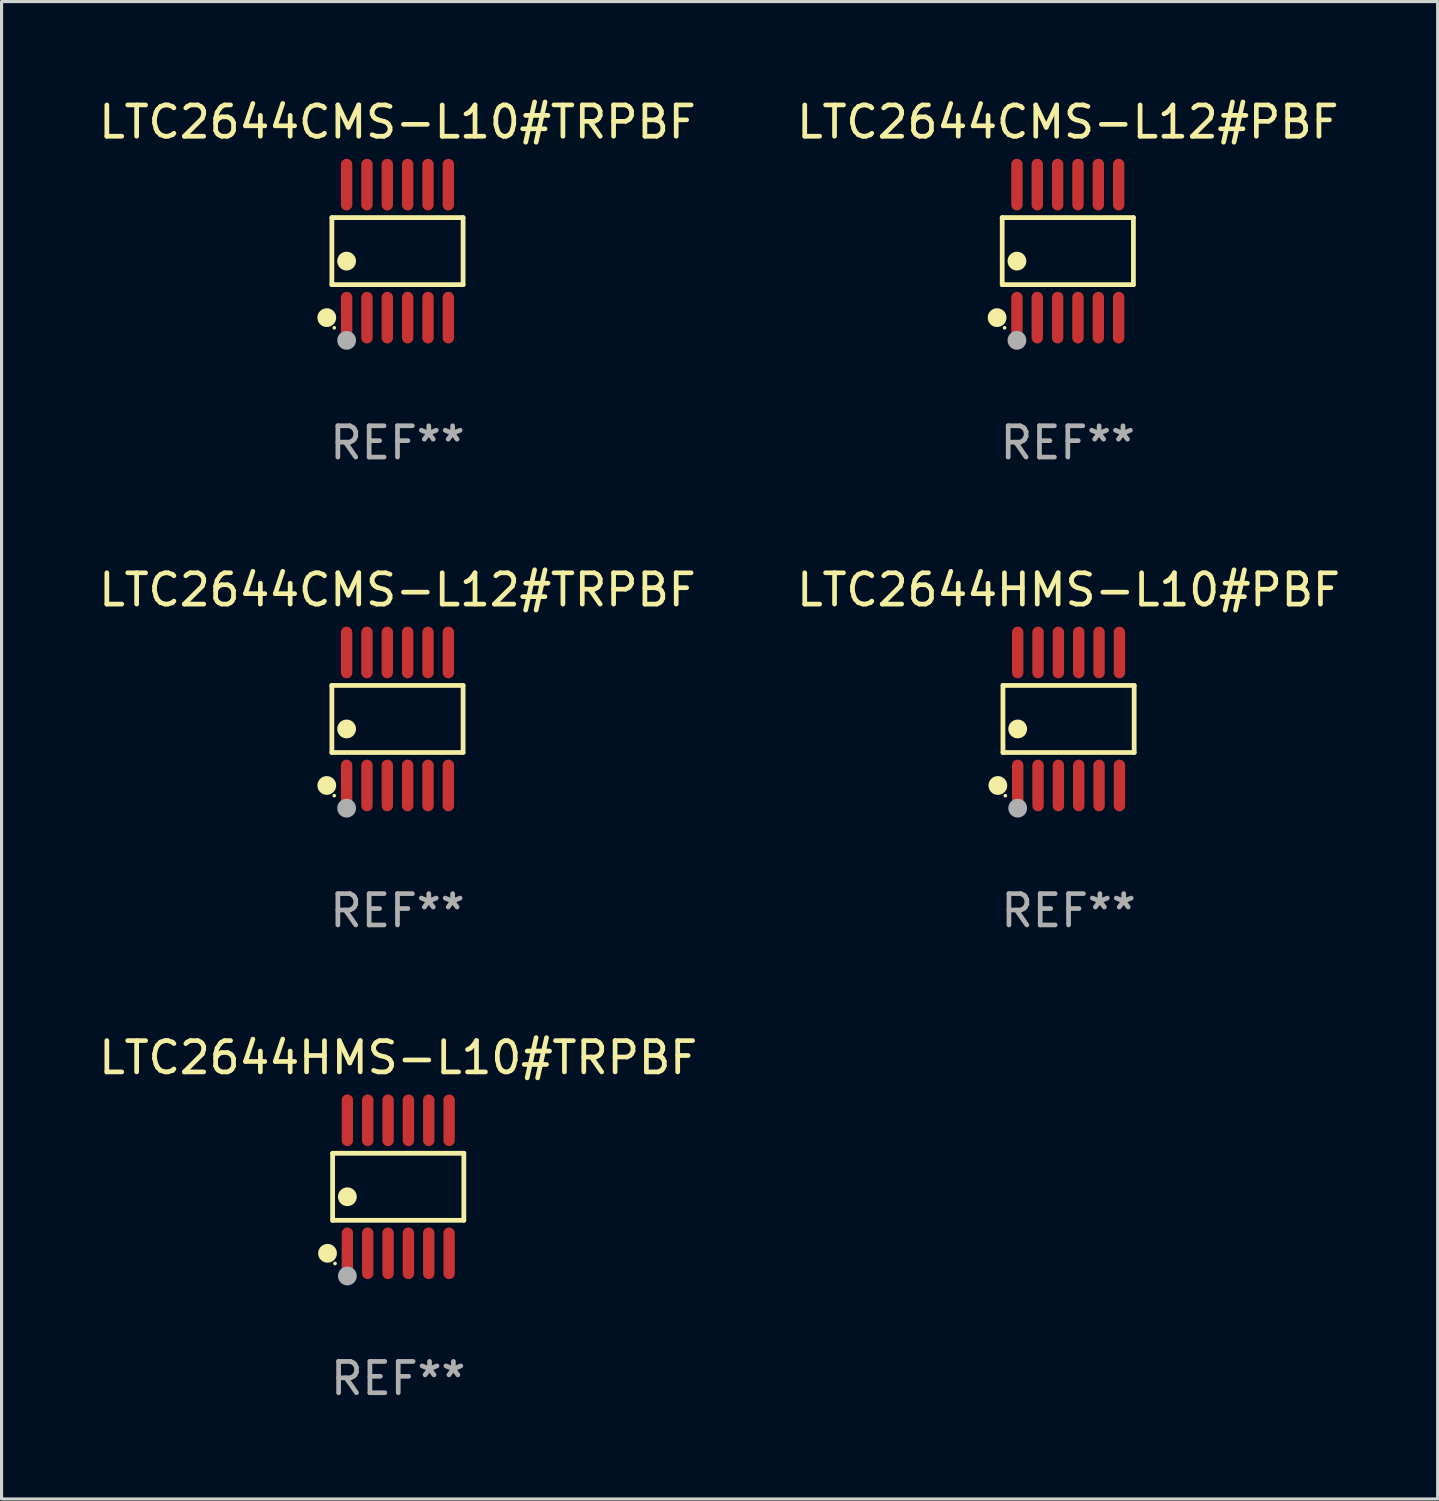
<source format=kicad_pcb>
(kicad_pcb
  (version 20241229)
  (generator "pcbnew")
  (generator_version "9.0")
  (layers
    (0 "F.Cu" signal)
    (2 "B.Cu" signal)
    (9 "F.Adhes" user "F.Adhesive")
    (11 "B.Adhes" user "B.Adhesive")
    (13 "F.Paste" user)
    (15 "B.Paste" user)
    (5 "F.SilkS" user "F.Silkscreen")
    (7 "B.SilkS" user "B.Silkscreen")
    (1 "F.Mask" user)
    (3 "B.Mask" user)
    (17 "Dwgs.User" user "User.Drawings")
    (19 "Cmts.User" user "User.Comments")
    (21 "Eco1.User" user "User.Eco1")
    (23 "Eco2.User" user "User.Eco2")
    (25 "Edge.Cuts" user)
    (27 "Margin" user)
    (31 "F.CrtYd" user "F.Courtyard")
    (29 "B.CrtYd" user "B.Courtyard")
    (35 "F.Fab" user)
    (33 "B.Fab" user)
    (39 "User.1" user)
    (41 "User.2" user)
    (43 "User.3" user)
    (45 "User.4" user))
  (footprint "LTC2644CMS-L12#PBF"
    (layer "F.Cu")
    (at 31.065 4.973)
    (property "Reference" "LTC2644CMS-L12#PBF" (at 0 -4.125 0) (layer "F.SilkS") (effects (font (size 1 1) (thickness 0.15))))
    (attr through_hole)
    (fp_line (start -2.096 -1.071) (end 2.096 -1.071) (stroke (width 0.152) (type solid)) (layer "F.SilkS"))
    (fp_line (start -2.096 1.071) (end -2.096 -1.071) (stroke (width 0.152) (type solid)) (layer "F.SilkS"))
    (fp_line (start 2.096 -1.071) (end 2.096 1.071) (stroke (width 0.152) (type solid)) (layer "F.SilkS"))
    (fp_line (start 2.096 1.071) (end -2.096 1.071) (stroke (width 0.152) (type solid)) (layer "F.SilkS"))
    (fp_circle (center -2.259 2.125) (end -2.109 2.125) (stroke (width 0.3) (type solid)) (fill no) (layer "F.SilkS"))
    (fp_circle (center -2.02 2.45) (end -1.99 2.45) (stroke (width 0.06) (type solid)) (fill no) (layer "F.SilkS"))
    (fp_circle (center -1.625 0.319) (end -1.475 0.319) (stroke (width 0.3) (type solid)) (fill no) (layer "F.SilkS"))
    (fp_circle (center -1.625 2.85) (end -1.475 2.85) (stroke (width 0.3) (type solid)) (fill no) (layer "F.Fab"))
    (fp_text user "REF**" (at 0 6.125 0) (layer "F.Fab") (effects (font (size 1 1) (thickness 0.15))))
    (pad "1" smd oval (at -1.625 2.125) (size 0.364 1.65) (layers "F.Cu" "F.Mask" "F.Paste"))
    (pad "2" smd oval (at -0.975 2.125) (size 0.364 1.65) (layers "F.Cu" "F.Mask" "F.Paste"))
    (pad "3" smd oval (at -0.325 2.125) (size 0.364 1.65) (layers "F.Cu" "F.Mask" "F.Paste"))
    (pad "4" smd oval (at 0.325 2.125) (size 0.364 1.65) (layers "F.Cu" "F.Mask" "F.Paste"))
    (pad "5" smd oval (at 0.975 2.125) (size 0.364 1.65) (layers "F.Cu" "F.Mask" "F.Paste"))
    (pad "6" smd oval (at 1.625 2.125) (size 0.364 1.65) (layers "F.Cu" "F.Mask" "F.Paste"))
    (pad "7" smd oval (at 1.625 -2.125) (size 0.364 1.65) (layers "F.Cu" "F.Mask" "F.Paste"))
    (pad "8" smd oval (at 0.975 -2.125) (size 0.364 1.65) (layers "F.Cu" "F.Mask" "F.Paste"))
    (pad "9" smd oval (at 0.325 -2.125) (size 0.364 1.65) (layers "F.Cu" "F.Mask" "F.Paste"))
    (pad "10" smd oval (at -0.325 -2.125) (size 0.364 1.65) (layers "F.Cu" "F.Mask" "F.Paste"))
    (pad "11" smd oval (at -0.975 -2.125) (size 0.364 1.65) (layers "F.Cu" "F.Mask" "F.Paste"))
    (pad "12" smd oval (at -1.625 -2.125) (size 0.364 1.65) (layers "F.Cu" "F.Mask" "F.Paste")))
  (footprint "LTC2644CMS-L12#TRPBF"
    (layer "F.Cu")
    (at 9.649 19.92)
    (property "Reference" "LTC2644CMS-L12#TRPBF" (at 0 -4.125 0) (layer "F.SilkS") (effects (font (size 1 1) (thickness 0.15))))
    (attr through_hole)
    (fp_line (start -2.096 -1.071) (end 2.096 -1.071) (stroke (width 0.152) (type solid)) (layer "F.SilkS"))
    (fp_line (start -2.096 1.071) (end -2.096 -1.071) (stroke (width 0.152) (type solid)) (layer "F.SilkS"))
    (fp_line (start 2.096 -1.071) (end 2.096 1.071) (stroke (width 0.152) (type solid)) (layer "F.SilkS"))
    (fp_line (start 2.096 1.071) (end -2.096 1.071) (stroke (width 0.152) (type solid)) (layer "F.SilkS"))
    (fp_circle (center -2.259 2.125) (end -2.109 2.125) (stroke (width 0.3) (type solid)) (fill no) (layer "F.SilkS"))
    (fp_circle (center -2.02 2.45) (end -1.99 2.45) (stroke (width 0.06) (type solid)) (fill no) (layer "F.SilkS"))
    (fp_circle (center -1.625 0.319) (end -1.475 0.319) (stroke (width 0.3) (type solid)) (fill no) (layer "F.SilkS"))
    (fp_circle (center -1.625 2.85) (end -1.475 2.85) (stroke (width 0.3) (type solid)) (fill no) (layer "F.Fab"))
    (fp_text user "REF**" (at 0 6.125 0) (layer "F.Fab") (effects (font (size 1 1) (thickness 0.15))))
    (pad "1" smd oval (at -1.625 2.125) (size 0.364 1.65) (layers "F.Cu" "F.Mask" "F.Paste"))
    (pad "2" smd oval (at -0.975 2.125) (size 0.364 1.65) (layers "F.Cu" "F.Mask" "F.Paste"))
    (pad "3" smd oval (at -0.325 2.125) (size 0.364 1.65) (layers "F.Cu" "F.Mask" "F.Paste"))
    (pad "4" smd oval (at 0.325 2.125) (size 0.364 1.65) (layers "F.Cu" "F.Mask" "F.Paste"))
    (pad "5" smd oval (at 0.975 2.125) (size 0.364 1.65) (layers "F.Cu" "F.Mask" "F.Paste"))
    (pad "6" smd oval (at 1.625 2.125) (size 0.364 1.65) (layers "F.Cu" "F.Mask" "F.Paste"))
    (pad "7" smd oval (at 1.625 -2.125) (size 0.364 1.65) (layers "F.Cu" "F.Mask" "F.Paste"))
    (pad "8" smd oval (at 0.975 -2.125) (size 0.364 1.65) (layers "F.Cu" "F.Mask" "F.Paste"))
    (pad "9" smd oval (at 0.325 -2.125) (size 0.364 1.65) (layers "F.Cu" "F.Mask" "F.Paste"))
    (pad "10" smd oval (at -0.325 -2.125) (size 0.364 1.65) (layers "F.Cu" "F.Mask" "F.Paste"))
    (pad "11" smd oval (at -0.975 -2.125) (size 0.364 1.65) (layers "F.Cu" "F.Mask" "F.Paste"))
    (pad "12" smd oval (at -1.625 -2.125) (size 0.364 1.65) (layers "F.Cu" "F.Mask" "F.Paste")))
  (footprint "LTC2644HMS-L10#TRPBF"
    (layer "F.Cu")
    (at 9.673 34.866)
    (property "Reference" "LTC2644HMS-L10#TRPBF" (at 0 -4.125 0) (layer "F.SilkS") (effects (font (size 1 1) (thickness 0.15))))
    (attr through_hole)
    (fp_line (start -2.096 -1.071) (end 2.096 -1.071) (stroke (width 0.152) (type solid)) (layer "F.SilkS"))
    (fp_line (start -2.096 1.071) (end -2.096 -1.071) (stroke (width 0.152) (type solid)) (layer "F.SilkS"))
    (fp_line (start 2.096 -1.071) (end 2.096 1.071) (stroke (width 0.152) (type solid)) (layer "F.SilkS"))
    (fp_line (start 2.096 1.071) (end -2.096 1.071) (stroke (width 0.152) (type solid)) (layer "F.SilkS"))
    (fp_circle (center -2.259 2.125) (end -2.109 2.125) (stroke (width 0.3) (type solid)) (fill no) (layer "F.SilkS"))
    (fp_circle (center -2.02 2.45) (end -1.99 2.45) (stroke (width 0.06) (type solid)) (fill no) (layer "F.SilkS"))
    (fp_circle (center -1.625 0.319) (end -1.475 0.319) (stroke (width 0.3) (type solid)) (fill no) (layer "F.SilkS"))
    (fp_circle (center -1.625 2.85) (end -1.475 2.85) (stroke (width 0.3) (type solid)) (fill no) (layer "F.Fab"))
    (fp_text user "REF**" (at 0 6.125 0) (layer "F.Fab") (effects (font (size 1 1) (thickness 0.15))))
    (pad "1" smd oval (at -1.625 2.125) (size 0.364 1.65) (layers "F.Cu" "F.Mask" "F.Paste"))
    (pad "2" smd oval (at -0.975 2.125) (size 0.364 1.65) (layers "F.Cu" "F.Mask" "F.Paste"))
    (pad "3" smd oval (at -0.325 2.125) (size 0.364 1.65) (layers "F.Cu" "F.Mask" "F.Paste"))
    (pad "4" smd oval (at 0.325 2.125) (size 0.364 1.65) (layers "F.Cu" "F.Mask" "F.Paste"))
    (pad "5" smd oval (at 0.975 2.125) (size 0.364 1.65) (layers "F.Cu" "F.Mask" "F.Paste"))
    (pad "6" smd oval (at 1.625 2.125) (size 0.364 1.65) (layers "F.Cu" "F.Mask" "F.Paste"))
    (pad "7" smd oval (at 1.625 -2.125) (size 0.364 1.65) (layers "F.Cu" "F.Mask" "F.Paste"))
    (pad "8" smd oval (at 0.975 -2.125) (size 0.364 1.65) (layers "F.Cu" "F.Mask" "F.Paste"))
    (pad "9" smd oval (at 0.325 -2.125) (size 0.364 1.65) (layers "F.Cu" "F.Mask" "F.Paste"))
    (pad "10" smd oval (at -0.325 -2.125) (size 0.364 1.65) (layers "F.Cu" "F.Mask" "F.Paste"))
    (pad "11" smd oval (at -0.975 -2.125) (size 0.364 1.65) (layers "F.Cu" "F.Mask" "F.Paste"))
    (pad "12" smd oval (at -1.625 -2.125) (size 0.364 1.65) (layers "F.Cu" "F.Mask" "F.Paste")))
  (footprint "LTC2644CMS-L10#TRPBF"
    (layer "F.Cu")
    (at 9.649 4.973)
    (property "Reference" "LTC2644CMS-L10#TRPBF" (at 0 -4.125 0) (layer "F.SilkS") (effects (font (size 1 1) (thickness 0.15))))
    (attr through_hole)
    (fp_line (start -2.096 -1.071) (end 2.096 -1.071) (stroke (width 0.152) (type solid)) (layer "F.SilkS"))
    (fp_line (start -2.096 1.071) (end -2.096 -1.071) (stroke (width 0.152) (type solid)) (layer "F.SilkS"))
    (fp_line (start 2.096 -1.071) (end 2.096 1.071) (stroke (width 0.152) (type solid)) (layer "F.SilkS"))
    (fp_line (start 2.096 1.071) (end -2.096 1.071) (stroke (width 0.152) (type solid)) (layer "F.SilkS"))
    (fp_circle (center -2.259 2.125) (end -2.109 2.125) (stroke (width 0.3) (type solid)) (fill no) (layer "F.SilkS"))
    (fp_circle (center -2.02 2.45) (end -1.99 2.45) (stroke (width 0.06) (type solid)) (fill no) (layer "F.SilkS"))
    (fp_circle (center -1.625 0.319) (end -1.475 0.319) (stroke (width 0.3) (type solid)) (fill no) (layer "F.SilkS"))
    (fp_circle (center -1.625 2.85) (end -1.475 2.85) (stroke (width 0.3) (type solid)) (fill no) (layer "F.Fab"))
    (fp_text user "REF**" (at 0 6.125 0) (layer "F.Fab") (effects (font (size 1 1) (thickness 0.15))))
    (pad "1" smd oval (at -1.625 2.125) (size 0.364 1.65) (layers "F.Cu" "F.Mask" "F.Paste"))
    (pad "2" smd oval (at -0.975 2.125) (size 0.364 1.65) (layers "F.Cu" "F.Mask" "F.Paste"))
    (pad "3" smd oval (at -0.325 2.125) (size 0.364 1.65) (layers "F.Cu" "F.Mask" "F.Paste"))
    (pad "4" smd oval (at 0.325 2.125) (size 0.364 1.65) (layers "F.Cu" "F.Mask" "F.Paste"))
    (pad "5" smd oval (at 0.975 2.125) (size 0.364 1.65) (layers "F.Cu" "F.Mask" "F.Paste"))
    (pad "6" smd oval (at 1.625 2.125) (size 0.364 1.65) (layers "F.Cu" "F.Mask" "F.Paste"))
    (pad "7" smd oval (at 1.625 -2.125) (size 0.364 1.65) (layers "F.Cu" "F.Mask" "F.Paste"))
    (pad "8" smd oval (at 0.975 -2.125) (size 0.364 1.65) (layers "F.Cu" "F.Mask" "F.Paste"))
    (pad "9" smd oval (at 0.325 -2.125) (size 0.364 1.65) (layers "F.Cu" "F.Mask" "F.Paste"))
    (pad "10" smd oval (at -0.325 -2.125) (size 0.364 1.65) (layers "F.Cu" "F.Mask" "F.Paste"))
    (pad "11" smd oval (at -0.975 -2.125) (size 0.364 1.65) (layers "F.Cu" "F.Mask" "F.Paste"))
    (pad "12" smd oval (at -1.625 -2.125) (size 0.364 1.65) (layers "F.Cu" "F.Mask" "F.Paste")))
  (footprint "LTC2644HMS-L10#PBF"
    (layer "F.Cu")
    (at 31.089 19.92)
    (property "Reference" "LTC2644HMS-L10#PBF" (at 0 -4.125 0) (layer "F.SilkS") (effects (font (size 1 1) (thickness 0.15))))
    (attr through_hole)
    (fp_line (start -2.096 -1.071) (end 2.096 -1.071) (stroke (width 0.152) (type solid)) (layer "F.SilkS"))
    (fp_line (start -2.096 1.071) (end -2.096 -1.071) (stroke (width 0.152) (type solid)) (layer "F.SilkS"))
    (fp_line (start 2.096 -1.071) (end 2.096 1.071) (stroke (width 0.152) (type solid)) (layer "F.SilkS"))
    (fp_line (start 2.096 1.071) (end -2.096 1.071) (stroke (width 0.152) (type solid)) (layer "F.SilkS"))
    (fp_circle (center -2.259 2.125) (end -2.109 2.125) (stroke (width 0.3) (type solid)) (fill no) (layer "F.SilkS"))
    (fp_circle (center -2.02 2.45) (end -1.99 2.45) (stroke (width 0.06) (type solid)) (fill no) (layer "F.SilkS"))
    (fp_circle (center -1.625 0.319) (end -1.475 0.319) (stroke (width 0.3) (type solid)) (fill no) (layer "F.SilkS"))
    (fp_circle (center -1.625 2.85) (end -1.475 2.85) (stroke (width 0.3) (type solid)) (fill no) (layer "F.Fab"))
    (fp_text user "REF**" (at 0 6.125 0) (layer "F.Fab") (effects (font (size 1 1) (thickness 0.15))))
    (pad "1" smd oval (at -1.625 2.125) (size 0.364 1.65) (layers "F.Cu" "F.Mask" "F.Paste"))
    (pad "2" smd oval (at -0.975 2.125) (size 0.364 1.65) (layers "F.Cu" "F.Mask" "F.Paste"))
    (pad "3" smd oval (at -0.325 2.125) (size 0.364 1.65) (layers "F.Cu" "F.Mask" "F.Paste"))
    (pad "4" smd oval (at 0.325 2.125) (size 0.364 1.65) (layers "F.Cu" "F.Mask" "F.Paste"))
    (pad "5" smd oval (at 0.975 2.125) (size 0.364 1.65) (layers "F.Cu" "F.Mask" "F.Paste"))
    (pad "6" smd oval (at 1.625 2.125) (size 0.364 1.65) (layers "F.Cu" "F.Mask" "F.Paste"))
    (pad "7" smd oval (at 1.625 -2.125) (size 0.364 1.65) (layers "F.Cu" "F.Mask" "F.Paste"))
    (pad "8" smd oval (at 0.975 -2.125) (size 0.364 1.65) (layers "F.Cu" "F.Mask" "F.Paste"))
    (pad "9" smd oval (at 0.325 -2.125) (size 0.364 1.65) (layers "F.Cu" "F.Mask" "F.Paste"))
    (pad "10" smd oval (at -0.325 -2.125) (size 0.364 1.65) (layers "F.Cu" "F.Mask" "F.Paste"))
    (pad "11" smd oval (at -0.975 -2.125) (size 0.364 1.65) (layers "F.Cu" "F.Mask" "F.Paste"))
    (pad "12" smd oval (at -1.625 -2.125) (size 0.364 1.65) (layers "F.Cu" "F.Mask" "F.Paste")))
  (gr_rect
    (start -3 -3)
    (end 42.881 44.839)
    (stroke (width 0.1) (type default))
    (fill no)
    (layer "Edge.Cuts")))
</source>
